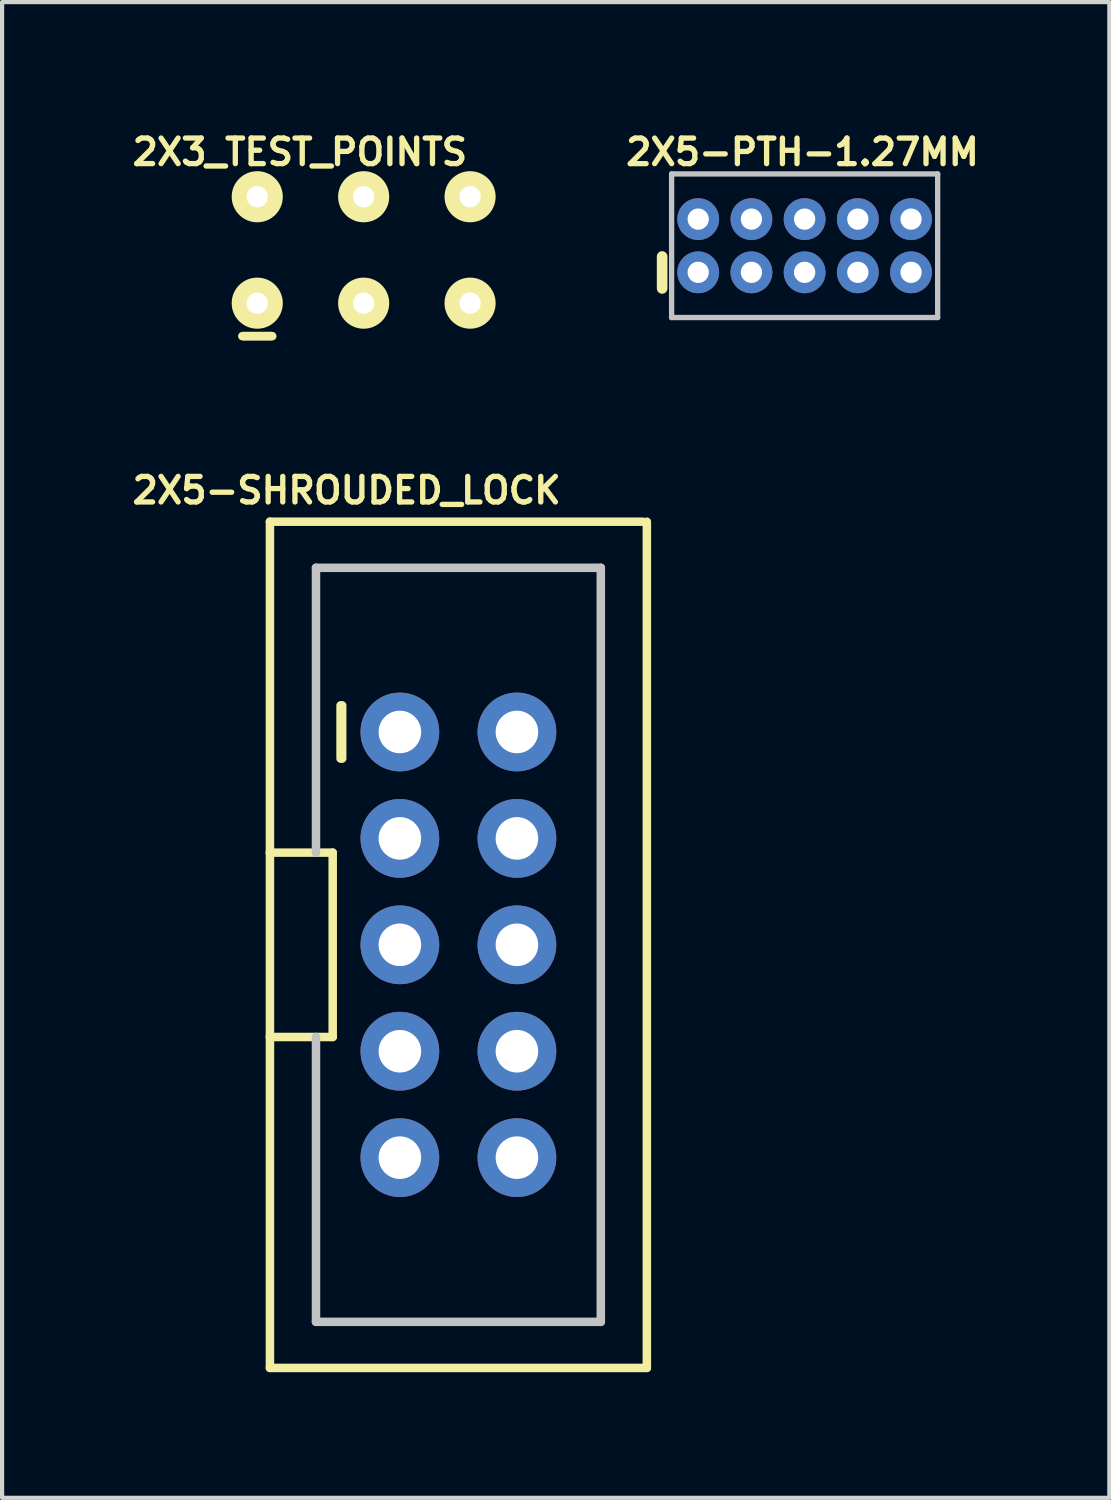
<source format=kicad_pcb>
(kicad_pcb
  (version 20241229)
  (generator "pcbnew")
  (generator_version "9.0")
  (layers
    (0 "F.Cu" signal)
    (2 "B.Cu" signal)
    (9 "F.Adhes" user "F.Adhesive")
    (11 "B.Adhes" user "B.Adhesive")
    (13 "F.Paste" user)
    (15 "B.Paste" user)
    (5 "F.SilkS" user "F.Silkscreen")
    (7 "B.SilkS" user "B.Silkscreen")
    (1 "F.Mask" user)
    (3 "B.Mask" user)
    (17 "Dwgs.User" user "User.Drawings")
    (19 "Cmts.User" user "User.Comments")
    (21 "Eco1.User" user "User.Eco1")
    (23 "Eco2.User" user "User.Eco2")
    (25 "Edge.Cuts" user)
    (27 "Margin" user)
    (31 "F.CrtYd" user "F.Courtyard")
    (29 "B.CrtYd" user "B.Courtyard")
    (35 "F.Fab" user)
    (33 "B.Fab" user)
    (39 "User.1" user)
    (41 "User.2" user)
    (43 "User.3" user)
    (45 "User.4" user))
  (footprint "2X5-SHROUDED_LOCK"
    (layer "F.Cu")
    (at 7.891 19.501)
    (property "Reference" "2X5-SHROUDED_LOCK" (at -2.667 -10.846 0) (layer "F.SilkS") (effects (font (size 0.61 0.61) (thickness 0.127))))
    (attr exclude_from_pos_files exclude_from_bom)
    (fp_line (start -4.498 -10.099) (end 4.399 -10.099) (stroke (width 0.203) (type solid)) (layer "F.SilkS"))
    (fp_line (start -4.498 -2.2) (end -4.498 -10.099) (stroke (width 0.203) (type solid)) (layer "F.SilkS"))
    (fp_line (start -4.498 -2.2) (end -3 -2.2) (stroke (width 0.203) (type solid)) (layer "F.SilkS"))
    (fp_line (start -4.498 2.2) (end -4.498 -2.2) (stroke (width 0.203) (type solid)) (layer "F.SilkS"))
    (fp_line (start -4.498 10.099) (end -4.498 2.2) (stroke (width 0.203) (type solid)) (layer "F.SilkS"))
    (fp_line (start -3 -2.2) (end -3 2.2) (stroke (width 0.203) (type solid)) (layer "F.SilkS"))
    (fp_line (start -3 2.2) (end -4.498 2.2) (stroke (width 0.203) (type solid)) (layer "F.SilkS"))
    (fp_line (start -2.812 -5.715) (end -2.812 -4.445) (stroke (width 0.203) (type solid)) (layer "F.SilkS"))
    (fp_line (start -2.774 -5.715) (end -2.774 -4.445) (stroke (width 0.203) (type solid)) (layer "F.SilkS"))
    (fp_line (start 4.498 -10.099) (end 4.498 10.099) (stroke (width 0.203) (type solid)) (layer "F.SilkS"))
    (fp_line (start 4.498 10.099) (end -4.498 10.099) (stroke (width 0.203) (type solid)) (layer "F.SilkS"))
    (fp_line (start -3.399 -8.999) (end -3.399 -2.2) (stroke (width 0.203) (type solid)) (layer "Dwgs.User"))
    (fp_line (start -3.399 -8.999) (end 3.399 -8.999) (stroke (width 0.203) (type solid)) (layer "Dwgs.User"))
    (fp_line (start -3.399 8.999) (end -3.399 2.2) (stroke (width 0.203) (type solid)) (layer "Dwgs.User"))
    (fp_line (start -3.399 8.999) (end 3.399 8.999) (stroke (width 0.203) (type solid)) (layer "Dwgs.User"))
    (fp_line (start -1.524 -5.334) (end -1.016 -5.334) (stroke (width 0.066) (type solid)) (layer "Dwgs.User"))
    (fp_line (start -1.524 -4.826) (end -1.524 -5.334) (stroke (width 0.066) (type solid)) (layer "Dwgs.User"))
    (fp_line (start -1.524 -4.826) (end -1.016 -4.826) (stroke (width 0.066) (type solid)) (layer "Dwgs.User"))
    (fp_line (start -1.524 -2.794) (end -1.016 -2.794) (stroke (width 0.066) (type solid)) (layer "Dwgs.User"))
    (fp_line (start -1.524 -2.286) (end -1.524 -2.794) (stroke (width 0.066) (type solid)) (layer "Dwgs.User"))
    (fp_line (start -1.524 -2.286) (end -1.016 -2.286) (stroke (width 0.066) (type solid)) (layer "Dwgs.User"))
    (fp_line (start -1.524 -0.254) (end -1.016 -0.254) (stroke (width 0.066) (type solid)) (layer "Dwgs.User"))
    (fp_line (start -1.524 0.254) (end -1.524 -0.254) (stroke (width 0.066) (type solid)) (layer "Dwgs.User"))
    (fp_line (start -1.524 0.254) (end -1.016 0.254) (stroke (width 0.066) (type solid)) (layer "Dwgs.User"))
    (fp_line (start -1.524 2.286) (end -1.016 2.286) (stroke (width 0.066) (type solid)) (layer "Dwgs.User"))
    (fp_line (start -1.524 2.286) (end -1.016 2.286) (stroke (width 0.066) (type solid)) (layer "Dwgs.User"))
    (fp_line (start -1.524 2.794) (end -1.524 2.286) (stroke (width 0.066) (type solid)) (layer "Dwgs.User"))
    (fp_line (start -1.524 2.794) (end -1.524 2.286) (stroke (width 0.066) (type solid)) (layer "Dwgs.User"))
    (fp_line (start -1.524 2.794) (end -1.016 2.794) (stroke (width 0.066) (type solid)) (layer "Dwgs.User"))
    (fp_line (start -1.524 2.794) (end -1.016 2.794) (stroke (width 0.066) (type solid)) (layer "Dwgs.User"))
    (fp_line (start -1.524 4.826) (end -1.016 4.826) (stroke (width 0.066) (type solid)) (layer "Dwgs.User"))
    (fp_line (start -1.524 5.334) (end -1.524 4.826) (stroke (width 0.066) (type solid)) (layer "Dwgs.User"))
    (fp_line (start -1.524 5.334) (end -1.016 5.334) (stroke (width 0.066) (type solid)) (layer "Dwgs.User"))
    (fp_line (start -1.016 -4.826) (end -1.016 -5.334) (stroke (width 0.066) (type solid)) (layer "Dwgs.User"))
    (fp_line (start -1.016 -2.286) (end -1.016 -2.794) (stroke (width 0.066) (type solid)) (layer "Dwgs.User"))
    (fp_line (start -1.016 0.254) (end -1.016 -0.254) (stroke (width 0.066) (type solid)) (layer "Dwgs.User"))
    (fp_line (start -1.016 2.794) (end -1.016 2.286) (stroke (width 0.066) (type solid)) (layer "Dwgs.User"))
    (fp_line (start -1.016 2.794) (end -1.016 2.286) (stroke (width 0.066) (type solid)) (layer "Dwgs.User"))
    (fp_line (start -1.016 5.334) (end -1.016 4.826) (stroke (width 0.066) (type solid)) (layer "Dwgs.User"))
    (fp_line (start 1.016 -5.334) (end 1.524 -5.334) (stroke (width 0.066) (type solid)) (layer "Dwgs.User"))
    (fp_line (start 1.016 -4.826) (end 1.016 -5.334) (stroke (width 0.066) (type solid)) (layer "Dwgs.User"))
    (fp_line (start 1.016 -4.826) (end 1.524 -4.826) (stroke (width 0.066) (type solid)) (layer "Dwgs.User"))
    (fp_line (start 1.016 -2.794) (end 1.524 -2.794) (stroke (width 0.066) (type solid)) (layer "Dwgs.User"))
    (fp_line (start 1.016 -2.286) (end 1.016 -2.794) (stroke (width 0.066) (type solid)) (layer "Dwgs.User"))
    (fp_line (start 1.016 -2.286) (end 1.524 -2.286) (stroke (width 0.066) (type solid)) (layer "Dwgs.User"))
    (fp_line (start 1.016 -0.254) (end 1.524 -0.254) (stroke (width 0.066) (type solid)) (layer "Dwgs.User"))
    (fp_line (start 1.016 0.254) (end 1.016 -0.254) (stroke (width 0.066) (type solid)) (layer "Dwgs.User"))
    (fp_line (start 1.016 0.254) (end 1.524 0.254) (stroke (width 0.066) (type solid)) (layer "Dwgs.User"))
    (fp_line (start 1.016 2.286) (end 1.524 2.286) (stroke (width 0.066) (type solid)) (layer "Dwgs.User"))
    (fp_line (start 1.016 2.286) (end 1.524 2.286) (stroke (width 0.066) (type solid)) (layer "Dwgs.User"))
    (fp_line (start 1.016 2.794) (end 1.016 2.286) (stroke (width 0.066) (type solid)) (layer "Dwgs.User"))
    (fp_line (start 1.016 2.794) (end 1.016 2.286) (stroke (width 0.066) (type solid)) (layer "Dwgs.User"))
    (fp_line (start 1.016 2.794) (end 1.524 2.794) (stroke (width 0.066) (type solid)) (layer "Dwgs.User"))
    (fp_line (start 1.016 2.794) (end 1.524 2.794) (stroke (width 0.066) (type solid)) (layer "Dwgs.User"))
    (fp_line (start 1.016 4.826) (end 1.524 4.826) (stroke (width 0.066) (type solid)) (layer "Dwgs.User"))
    (fp_line (start 1.016 5.334) (end 1.016 4.826) (stroke (width 0.066) (type solid)) (layer "Dwgs.User"))
    (fp_line (start 1.016 5.334) (end 1.524 5.334) (stroke (width 0.066) (type solid)) (layer "Dwgs.User"))
    (fp_line (start 1.524 -4.826) (end 1.524 -5.334) (stroke (width 0.066) (type solid)) (layer "Dwgs.User"))
    (fp_line (start 1.524 -2.286) (end 1.524 -2.794) (stroke (width 0.066) (type solid)) (layer "Dwgs.User"))
    (fp_line (start 1.524 0.254) (end 1.524 -0.254) (stroke (width 0.066) (type solid)) (layer "Dwgs.User"))
    (fp_line (start 1.524 2.794) (end 1.524 2.286) (stroke (width 0.066) (type solid)) (layer "Dwgs.User"))
    (fp_line (start 1.524 2.794) (end 1.524 2.286) (stroke (width 0.066) (type solid)) (layer "Dwgs.User"))
    (fp_line (start 1.524 5.334) (end 1.524 4.826) (stroke (width 0.066) (type solid)) (layer "Dwgs.User"))
    (fp_line (start 3.399 -8.999) (end 3.399 8.999) (stroke (width 0.203) (type solid)) (layer "Dwgs.User"))
    (pad "1" thru_hole circle (at -1.397 -5.08) (size 1.88 1.88) (drill 1.016) (layers "*.Cu" "*.Paste" "*.Mask"))
    (pad "2" thru_hole circle (at 1.397 -5.08) (size 1.88 1.88) (drill 1.016) (layers "*.Cu" "*.Paste" "*.Mask"))
    (pad "3" thru_hole circle (at -1.397 -2.54) (size 1.88 1.88) (drill 1.016) (layers "*.Cu" "*.Paste" "*.Mask"))
    (pad "4" thru_hole circle (at 1.397 -2.54) (size 1.88 1.88) (drill 1.016) (layers "*.Cu" "*.Paste" "*.Mask"))
    (pad "5" thru_hole circle (at -1.397 0) (size 1.88 1.88) (drill 1.016) (layers "*.Cu" "*.Paste" "*.Mask"))
    (pad "6" thru_hole circle (at 1.397 0) (size 1.88 1.88) (drill 1.016) (layers "*.Cu" "*.Paste" "*.Mask"))
    (pad "7" thru_hole circle (at -1.397 2.54) (size 1.88 1.88) (drill 1.016) (layers "*.Cu" "*.Paste" "*.Mask"))
    (pad "8" thru_hole circle (at 1.397 2.54) (size 1.88 1.88) (drill 1.016) (layers "*.Cu" "*.Paste" "*.Mask"))
    (pad "9" thru_hole circle (at -1.397 5.08) (size 1.88 1.88) (drill 1.016) (layers "*.Cu" "*.Paste" "*.Mask"))
    (pad "10" thru_hole circle (at 1.397 5.08) (size 1.88 1.88) (drill 1.016) (layers "*.Cu" "*.Paste" "*.Mask")))
  (footprint "2X3_TEST_POINTS"
    (layer "F.Cu")
    (at 5.63 2.916)
    (property "Reference" "2X3_TEST_POINTS" (at -1.524 -2.337 0) (layer "F.SilkS") (effects (font (size 0.61 0.61) (thickness 0.127))))
    (attr exclude_from_pos_files exclude_from_bom)
    (fp_line (start -2.896 2.057) (end -2.207 2.057) (stroke (width 0.203) (type solid)) (layer "F.SilkS"))
    (fp_line (start -2.182 2.057) (end -2.87 2.057) (stroke (width 0.203) (type solid)) (layer "F.SilkS"))
    (fp_circle (center -2.54 -1.27) (end -2.54 -1.88) (stroke (width 0) (type solid)) (fill yes) (layer "F.SilkS"))
    (fp_circle (center -2.54 1.27) (end -2.54 0.66) (stroke (width 0) (type solid)) (fill yes) (layer "F.SilkS"))
    (fp_circle (center 0 -1.27) (end 0 -1.88) (stroke (width 0) (type solid)) (fill yes) (layer "F.SilkS"))
    (fp_circle (center 0 1.27) (end 0 0.66) (stroke (width 0) (type solid)) (fill yes) (layer "F.SilkS"))
    (fp_circle (center 2.54 -1.27) (end 2.54 -1.88) (stroke (width 0) (type solid)) (fill yes) (layer "F.SilkS"))
    (fp_circle (center 2.54 1.27) (end 2.54 0.66) (stroke (width 0) (type solid)) (fill yes) (layer "F.SilkS"))
    (pad "1" thru_hole circle (at -2.54 1.27) (size 1.016 1.016) (drill 0.508) (layers "*.Cu" "*.Paste" "*.Mask"))
    (pad "2" thru_hole circle (at -2.54 -1.27) (size 1.016 1.016) (drill 0.508) (layers "*.Cu" "*.Paste" "*.Mask"))
    (pad "3" thru_hole circle (at 0 1.27) (size 1.016 1.016) (drill 0.508) (layers "*.Cu" "*.Paste" "*.Mask"))
    (pad "4" thru_hole circle (at 0 -1.27) (size 1.016 1.016) (drill 0.508) (layers "*.Cu" "*.Paste" "*.Mask"))
    (pad "5" thru_hole circle (at 2.54 1.27) (size 1.016 1.016) (drill 0.508) (layers "*.Cu" "*.Paste" "*.Mask"))
    (pad "6" thru_hole circle (at 2.54 -1.27) (size 1.016 1.016) (drill 0.508) (layers "*.Cu" "*.Paste" "*.Mask")))
  (footprint "2X5-PTH-1.27MM"
    (layer "F.Cu")
    (at 16.155 2.815)
    (property "Reference" "2X5-PTH-1.27MM" (at -0.051 -2.235 0) (layer "F.SilkS") (effects (font (size 0.61 0.61) (thickness 0.127))))
    (attr exclude_from_pos_files exclude_from_bom)
    (fp_line (start -3.401 1.019) (end -3.401 0.257) (stroke (width 0.254) (type solid)) (layer "F.SilkS"))
    (fp_line (start -3.175 -1.714) (end -3.175 1.714) (stroke (width 0.127) (type solid)) (layer "Dwgs.User"))
    (fp_line (start -3.175 1.714) (end 3.175 1.714) (stroke (width 0.127) (type solid)) (layer "Dwgs.User"))
    (fp_line (start 3.175 -1.714) (end -3.175 -1.714) (stroke (width 0.127) (type solid)) (layer "Dwgs.User"))
    (fp_line (start 3.175 1.714) (end 3.175 -1.714) (stroke (width 0.127) (type solid)) (layer "Dwgs.User"))
    (pad "1" thru_hole circle (at -2.54 0.635) (size 0.998 0.998) (drill 0.508) (layers "*.Cu" "*.Paste" "*.Mask"))
    (pad "2" thru_hole circle (at -2.54 -0.635) (size 0.998 0.998) (drill 0.508) (layers "*.Cu" "*.Paste" "*.Mask"))
    (pad "3" thru_hole circle (at -1.27 0.635) (size 0.998 0.998) (drill 0.508) (layers "*.Cu" "*.Paste" "*.Mask"))
    (pad "4" thru_hole circle (at -1.27 -0.635) (size 0.998 0.998) (drill 0.508) (layers "*.Cu" "*.Paste" "*.Mask"))
    (pad "5" thru_hole circle (at 0 0.635) (size 0.998 0.998) (drill 0.508) (layers "*.Cu" "*.Paste" "*.Mask"))
    (pad "6" thru_hole circle (at 0 -0.635) (size 0.998 0.998) (drill 0.508) (layers "*.Cu" "*.Paste" "*.Mask"))
    (pad "7" thru_hole circle (at 1.27 0.635) (size 0.998 0.998) (drill 0.508) (layers "*.Cu" "*.Paste" "*.Mask"))
    (pad "8" thru_hole circle (at 1.27 -0.635) (size 0.998 0.998) (drill 0.508) (layers "*.Cu" "*.Paste" "*.Mask"))
    (pad "9" thru_hole circle (at 2.54 0.635) (size 0.998 0.998) (drill 0.508) (layers "*.Cu" "*.Paste" "*.Mask"))
    (pad "10" thru_hole circle (at 2.54 -0.635) (size 0.998 0.998) (drill 0.508) (layers "*.Cu" "*.Paste" "*.Mask")))
  (gr_rect
    (start -3 -3)
    (end 23.428 32.701)
    (stroke (width 0.1) (type default))
    (fill no)
    (layer "Edge.Cuts")))
</source>
